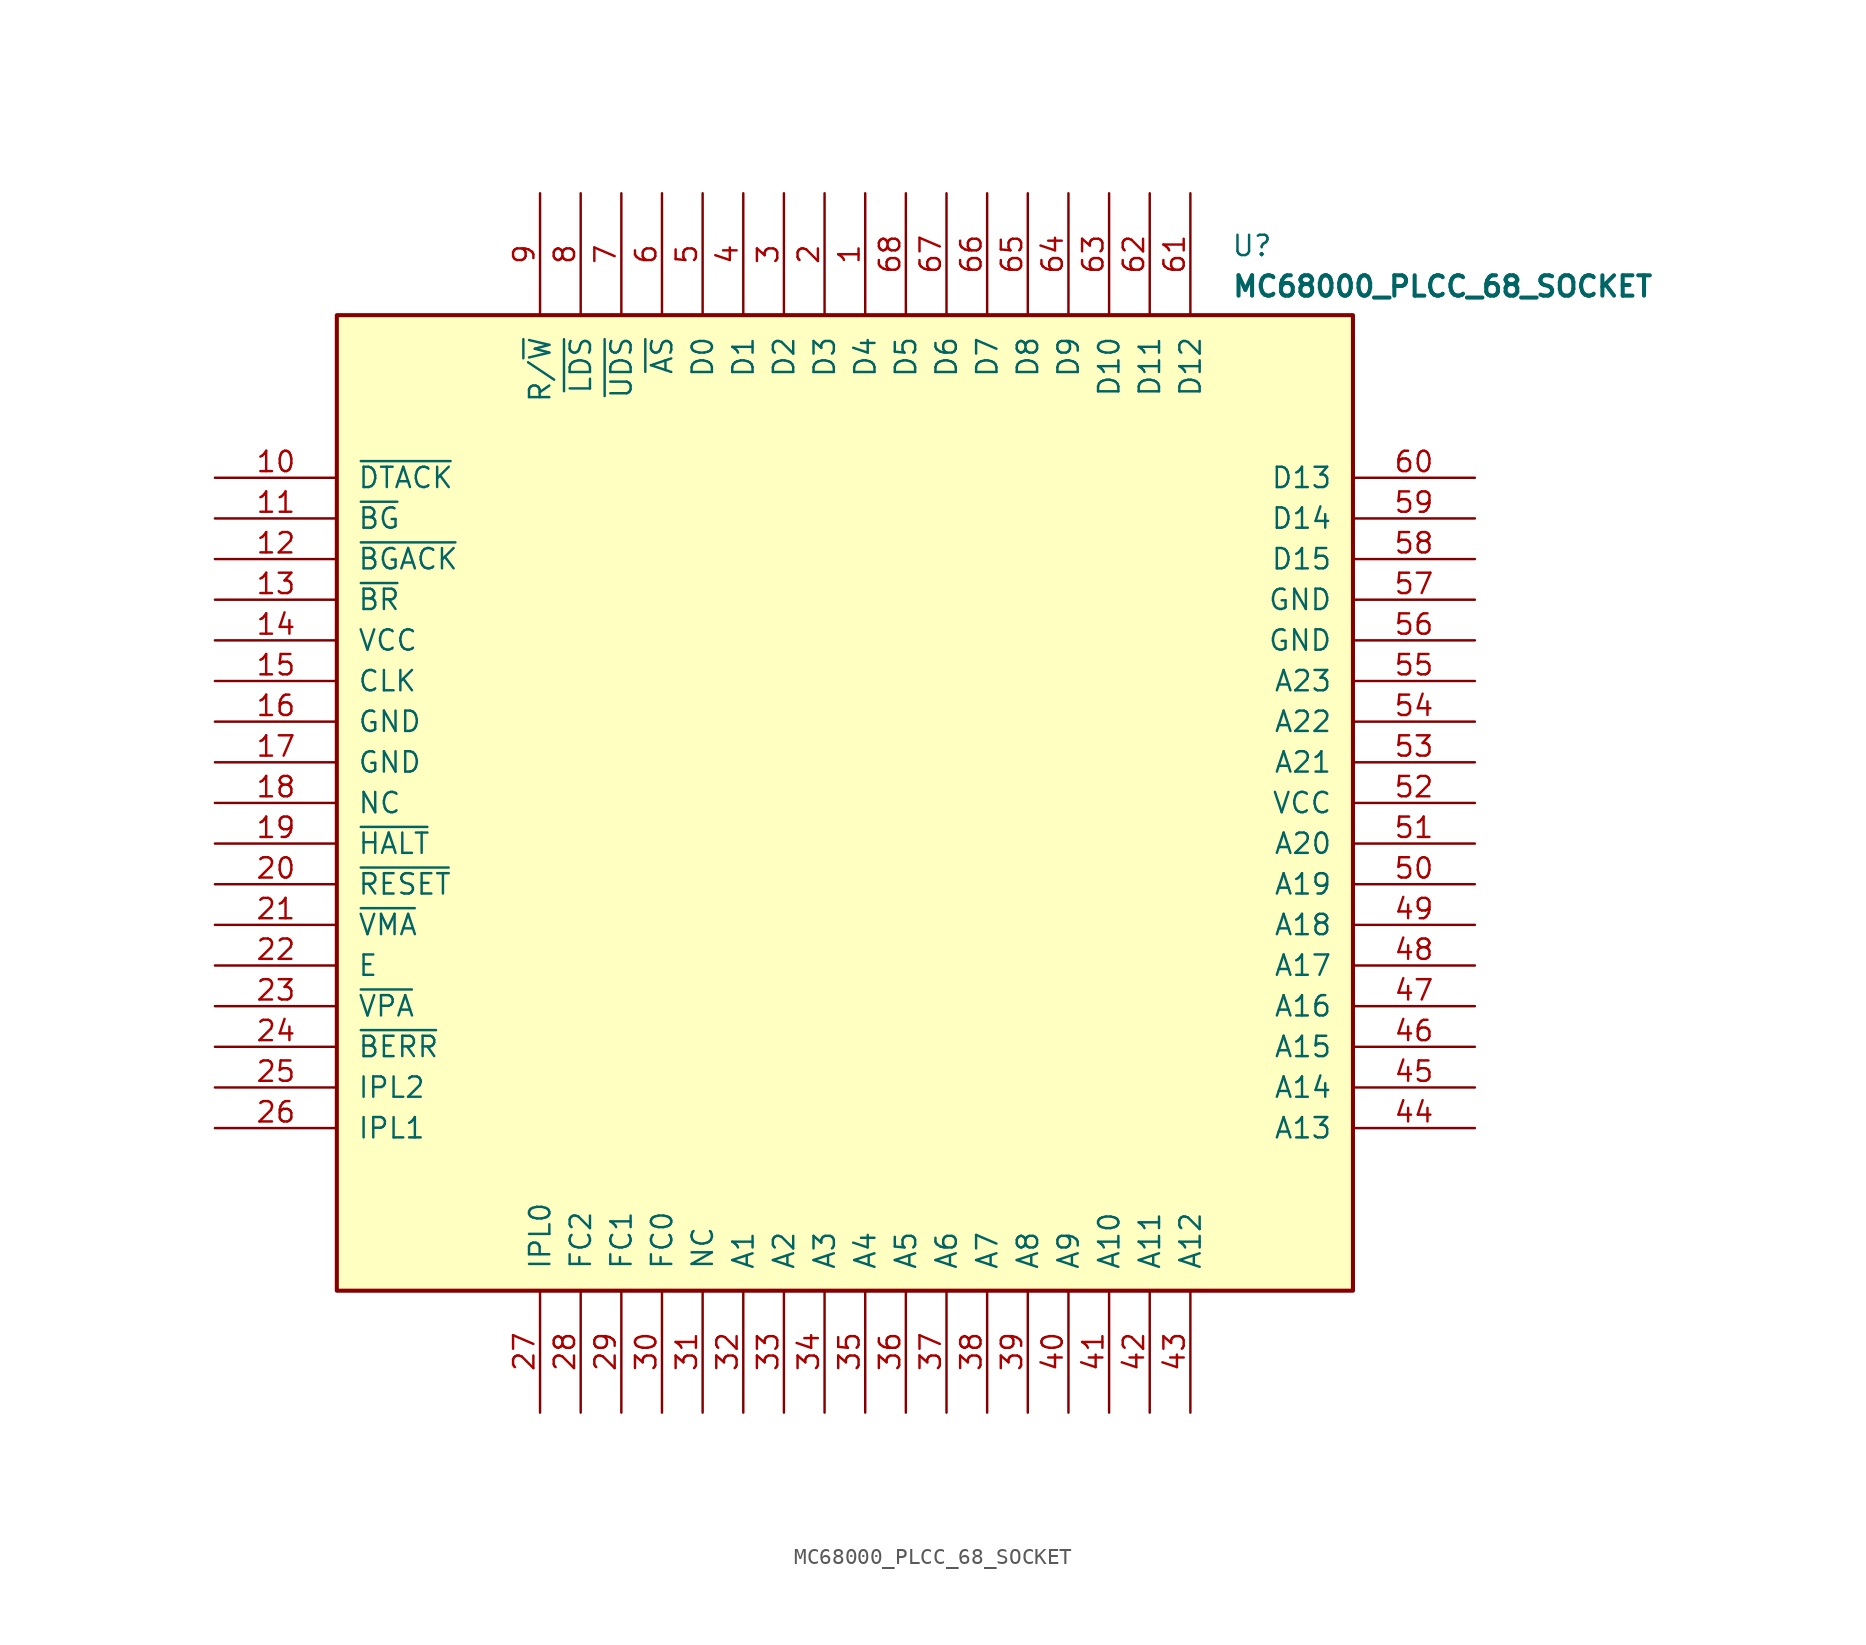
<source format=kicad_sym>
(kicad_symbol_lib
  (version 20220914)
  (generator electronic-symbol-generator-for-cad-by-sporniket)
  (symbol "MC68000_PLCC_68_SOCKET"
    (pin_names
      (offset 1.27))
    (property "Reference" "U"
      (at 24.13 35.56 0)
      (effects (font (size 1.27 1.27)) (justify left top)))
    (property "Value" "MC68000_PLCC_68_SOCKET"
      (at 24.13 33.02 0)
      (effects (font (size 1.27 1.27) bold) (justify left top)))
    (property "ki_locked" ""
      (at 0 0 0)
      (effects (font (size 1.27 1.27))))
    (symbol "MC68000_PLCC_68_SOCKET_0_0"
      (rectangle (start -31.75 30.48) (end 31.75 -30.48) (stroke (width 0.254) (type solid)) (fill (type background)))
      (pin passive line (at 1.27 38.1 270) (length 7.62) (name "D4" (effects (font (size 1.27 1.27)))) (number "1" (effects (font (size 1.27 1.27)))))
      (pin passive line (at -39.37 20.32 0) (length 7.62) (name "~{DTACK}" (effects (font (size 1.27 1.27)))) (number "10" (effects (font (size 1.27 1.27)))))
      (pin passive line (at -39.37 17.78 0) (length 7.62) (name "~{BG}" (effects (font (size 1.27 1.27)))) (number "11" (effects (font (size 1.27 1.27)))))
      (pin passive line (at -39.37 15.24 0) (length 7.62) (name "~{BGACK}" (effects (font (size 1.27 1.27)))) (number "12" (effects (font (size 1.27 1.27)))))
      (pin passive line (at -39.37 12.7 0) (length 7.62) (name "~{BR}" (effects (font (size 1.27 1.27)))) (number "13" (effects (font (size 1.27 1.27)))))
      (pin passive line (at -39.37 10.16 0) (length 7.62) (name "VCC" (effects (font (size 1.27 1.27)))) (number "14" (effects (font (size 1.27 1.27)))))
      (pin passive line (at -39.37 7.62 0) (length 7.62) (name "CLK" (effects (font (size 1.27 1.27)))) (number "15" (effects (font (size 1.27 1.27)))))
      (pin passive line (at -39.37 5.08 0) (length 7.62) (name "GND" (effects (font (size 1.27 1.27)))) (number "16" (effects (font (size 1.27 1.27)))))
      (pin passive line (at -39.37 2.54 0) (length 7.62) (name "GND" (effects (font (size 1.27 1.27)))) (number "17" (effects (font (size 1.27 1.27)))))
      (pin passive line (at -39.37 0 0) (length 7.62) (name "NC" (effects (font (size 1.27 1.27)))) (number "18" (effects (font (size 1.27 1.27)))))
      (pin passive line (at -39.37 -2.54 0) (length 7.62) (name "~{HALT}" (effects (font (size 1.27 1.27)))) (number "19" (effects (font (size 1.27 1.27)))))
      (pin passive line (at -1.27 38.1 270) (length 7.62) (name "D3" (effects (font (size 1.27 1.27)))) (number "2" (effects (font (size 1.27 1.27)))))
      (pin passive line (at -39.37 -5.08 0) (length 7.62) (name "~{RESET}" (effects (font (size 1.27 1.27)))) (number "20" (effects (font (size 1.27 1.27)))))
      (pin passive line (at -39.37 -7.62 0) (length 7.62) (name "~{VMA}" (effects (font (size 1.27 1.27)))) (number "21" (effects (font (size 1.27 1.27)))))
      (pin passive line (at -39.37 -10.16 0) (length 7.62) (name "E" (effects (font (size 1.27 1.27)))) (number "22" (effects (font (size 1.27 1.27)))))
      (pin passive line (at -39.37 -12.7 0) (length 7.62) (name "~{VPA}" (effects (font (size 1.27 1.27)))) (number "23" (effects (font (size 1.27 1.27)))))
      (pin passive line (at -39.37 -15.24 0) (length 7.62) (name "~{BERR}" (effects (font (size 1.27 1.27)))) (number "24" (effects (font (size 1.27 1.27)))))
      (pin passive line (at -39.37 -17.78 0) (length 7.62) (name "IPL2" (effects (font (size 1.27 1.27)))) (number "25" (effects (font (size 1.27 1.27)))))
      (pin passive line (at -39.37 -20.32 0) (length 7.62) (name "IPL1" (effects (font (size 1.27 1.27)))) (number "26" (effects (font (size 1.27 1.27)))))
      (pin passive line (at -19.05 -38.1 90) (length 7.62) (name "IPL0" (effects (font (size 1.27 1.27)))) (number "27" (effects (font (size 1.27 1.27)))))
      (pin passive line (at -16.51 -38.1 90) (length 7.62) (name "FC2" (effects (font (size 1.27 1.27)))) (number "28" (effects (font (size 1.27 1.27)))))
      (pin passive line (at -13.97 -38.1 90) (length 7.62) (name "FC1" (effects (font (size 1.27 1.27)))) (number "29" (effects (font (size 1.27 1.27)))))
      (pin passive line (at -3.81 38.1 270) (length 7.62) (name "D2" (effects (font (size 1.27 1.27)))) (number "3" (effects (font (size 1.27 1.27)))))
      (pin passive line (at -11.43 -38.1 90) (length 7.62) (name "FC0" (effects (font (size 1.27 1.27)))) (number "30" (effects (font (size 1.27 1.27)))))
      (pin passive line (at -8.89 -38.1 90) (length 7.62) (name "NC" (effects (font (size 1.27 1.27)))) (number "31" (effects (font (size 1.27 1.27)))))
      (pin passive line (at -6.35 -38.1 90) (length 7.62) (name "A1" (effects (font (size 1.27 1.27)))) (number "32" (effects (font (size 1.27 1.27)))))
      (pin passive line (at -3.81 -38.1 90) (length 7.62) (name "A2" (effects (font (size 1.27 1.27)))) (number "33" (effects (font (size 1.27 1.27)))))
      (pin passive line (at -1.27 -38.1 90) (length 7.62) (name "A3" (effects (font (size 1.27 1.27)))) (number "34" (effects (font (size 1.27 1.27)))))
      (pin passive line (at 1.27 -38.1 90) (length 7.62) (name "A4" (effects (font (size 1.27 1.27)))) (number "35" (effects (font (size 1.27 1.27)))))
      (pin passive line (at 3.81 -38.1 90) (length 7.62) (name "A5" (effects (font (size 1.27 1.27)))) (number "36" (effects (font (size 1.27 1.27)))))
      (pin passive line (at 6.35 -38.1 90) (length 7.62) (name "A6" (effects (font (size 1.27 1.27)))) (number "37" (effects (font (size 1.27 1.27)))))
      (pin passive line (at 8.89 -38.1 90) (length 7.62) (name "A7" (effects (font (size 1.27 1.27)))) (number "38" (effects (font (size 1.27 1.27)))))
      (pin passive line (at 11.43 -38.1 90) (length 7.62) (name "A8" (effects (font (size 1.27 1.27)))) (number "39" (effects (font (size 1.27 1.27)))))
      (pin passive line (at -6.35 38.1 270) (length 7.62) (name "D1" (effects (font (size 1.27 1.27)))) (number "4" (effects (font (size 1.27 1.27)))))
      (pin passive line (at 13.97 -38.1 90) (length 7.62) (name "A9" (effects (font (size 1.27 1.27)))) (number "40" (effects (font (size 1.27 1.27)))))
      (pin passive line (at 16.51 -38.1 90) (length 7.62) (name "A10" (effects (font (size 1.27 1.27)))) (number "41" (effects (font (size 1.27 1.27)))))
      (pin passive line (at 19.05 -38.1 90) (length 7.62) (name "A11" (effects (font (size 1.27 1.27)))) (number "42" (effects (font (size 1.27 1.27)))))
      (pin passive line (at 21.59 -38.1 90) (length 7.62) (name "A12" (effects (font (size 1.27 1.27)))) (number "43" (effects (font (size 1.27 1.27)))))
      (pin passive line (at 39.37 -20.32 180) (length 7.62) (name "A13" (effects (font (size 1.27 1.27)))) (number "44" (effects (font (size 1.27 1.27)))))
      (pin passive line (at 39.37 -17.78 180) (length 7.62) (name "A14" (effects (font (size 1.27 1.27)))) (number "45" (effects (font (size 1.27 1.27)))))
      (pin passive line (at 39.37 -15.24 180) (length 7.62) (name "A15" (effects (font (size 1.27 1.27)))) (number "46" (effects (font (size 1.27 1.27)))))
      (pin passive line (at 39.37 -12.7 180) (length 7.62) (name "A16" (effects (font (size 1.27 1.27)))) (number "47" (effects (font (size 1.27 1.27)))))
      (pin passive line (at 39.37 -10.16 180) (length 7.62) (name "A17" (effects (font (size 1.27 1.27)))) (number "48" (effects (font (size 1.27 1.27)))))
      (pin passive line (at 39.37 -7.62 180) (length 7.62) (name "A18" (effects (font (size 1.27 1.27)))) (number "49" (effects (font (size 1.27 1.27)))))
      (pin passive line (at -8.89 38.1 270) (length 7.62) (name "D0" (effects (font (size 1.27 1.27)))) (number "5" (effects (font (size 1.27 1.27)))))
      (pin passive line (at 39.37 -5.08 180) (length 7.62) (name "A19" (effects (font (size 1.27 1.27)))) (number "50" (effects (font (size 1.27 1.27)))))
      (pin passive line (at 39.37 -2.54 180) (length 7.62) (name "A20" (effects (font (size 1.27 1.27)))) (number "51" (effects (font (size 1.27 1.27)))))
      (pin passive line (at 39.37 0 180) (length 7.62) (name "VCC" (effects (font (size 1.27 1.27)))) (number "52" (effects (font (size 1.27 1.27)))))
      (pin passive line (at 39.37 2.54 180) (length 7.62) (name "A21" (effects (font (size 1.27 1.27)))) (number "53" (effects (font (size 1.27 1.27)))))
      (pin passive line (at 39.37 5.08 180) (length 7.62) (name "A22" (effects (font (size 1.27 1.27)))) (number "54" (effects (font (size 1.27 1.27)))))
      (pin passive line (at 39.37 7.62 180) (length 7.62) (name "A23" (effects (font (size 1.27 1.27)))) (number "55" (effects (font (size 1.27 1.27)))))
      (pin passive line (at 39.37 10.16 180) (length 7.62) (name "GND" (effects (font (size 1.27 1.27)))) (number "56" (effects (font (size 1.27 1.27)))))
      (pin passive line (at 39.37 12.7 180) (length 7.62) (name "GND" (effects (font (size 1.27 1.27)))) (number "57" (effects (font (size 1.27 1.27)))))
      (pin passive line (at 39.37 15.24 180) (length 7.62) (name "D15" (effects (font (size 1.27 1.27)))) (number "58" (effects (font (size 1.27 1.27)))))
      (pin passive line (at 39.37 17.78 180) (length 7.62) (name "D14" (effects (font (size 1.27 1.27)))) (number "59" (effects (font (size 1.27 1.27)))))
      (pin passive line (at -11.43 38.1 270) (length 7.62) (name "~{AS}" (effects (font (size 1.27 1.27)))) (number "6" (effects (font (size 1.27 1.27)))))
      (pin passive line (at 39.37 20.32 180) (length 7.62) (name "D13" (effects (font (size 1.27 1.27)))) (number "60" (effects (font (size 1.27 1.27)))))
      (pin passive line (at 21.59 38.1 270) (length 7.62) (name "D12" (effects (font (size 1.27 1.27)))) (number "61" (effects (font (size 1.27 1.27)))))
      (pin passive line (at 19.05 38.1 270) (length 7.62) (name "D11" (effects (font (size 1.27 1.27)))) (number "62" (effects (font (size 1.27 1.27)))))
      (pin passive line (at 16.51 38.1 270) (length 7.62) (name "D10" (effects (font (size 1.27 1.27)))) (number "63" (effects (font (size 1.27 1.27)))))
      (pin passive line (at 13.97 38.1 270) (length 7.62) (name "D9" (effects (font (size 1.27 1.27)))) (number "64" (effects (font (size 1.27 1.27)))))
      (pin passive line (at 11.43 38.1 270) (length 7.62) (name "D8" (effects (font (size 1.27 1.27)))) (number "65" (effects (font (size 1.27 1.27)))))
      (pin passive line (at 8.89 38.1 270) (length 7.62) (name "D7" (effects (font (size 1.27 1.27)))) (number "66" (effects (font (size 1.27 1.27)))))
      (pin passive line (at 6.35 38.1 270) (length 7.62) (name "D6" (effects (font (size 1.27 1.27)))) (number "67" (effects (font (size 1.27 1.27)))))
      (pin passive line (at 3.81 38.1 270) (length 7.62) (name "D5" (effects (font (size 1.27 1.27)))) (number "68" (effects (font (size 1.27 1.27)))))
      (pin passive line (at -13.97 38.1 270) (length 7.62) (name "~{UDS}" (effects (font (size 1.27 1.27)))) (number "7" (effects (font (size 1.27 1.27)))))
      (pin passive line (at -16.51 38.1 270) (length 7.62) (name "~{LDS}" (effects (font (size 1.27 1.27)))) (number "8" (effects (font (size 1.27 1.27)))))
      (pin passive line (at -19.05 38.1 270) (length 7.62) (name "R/~{W}" (effects (font (size 1.27 1.27)))) (number "9" (effects (font (size 1.27 1.27))))))))
</source>
